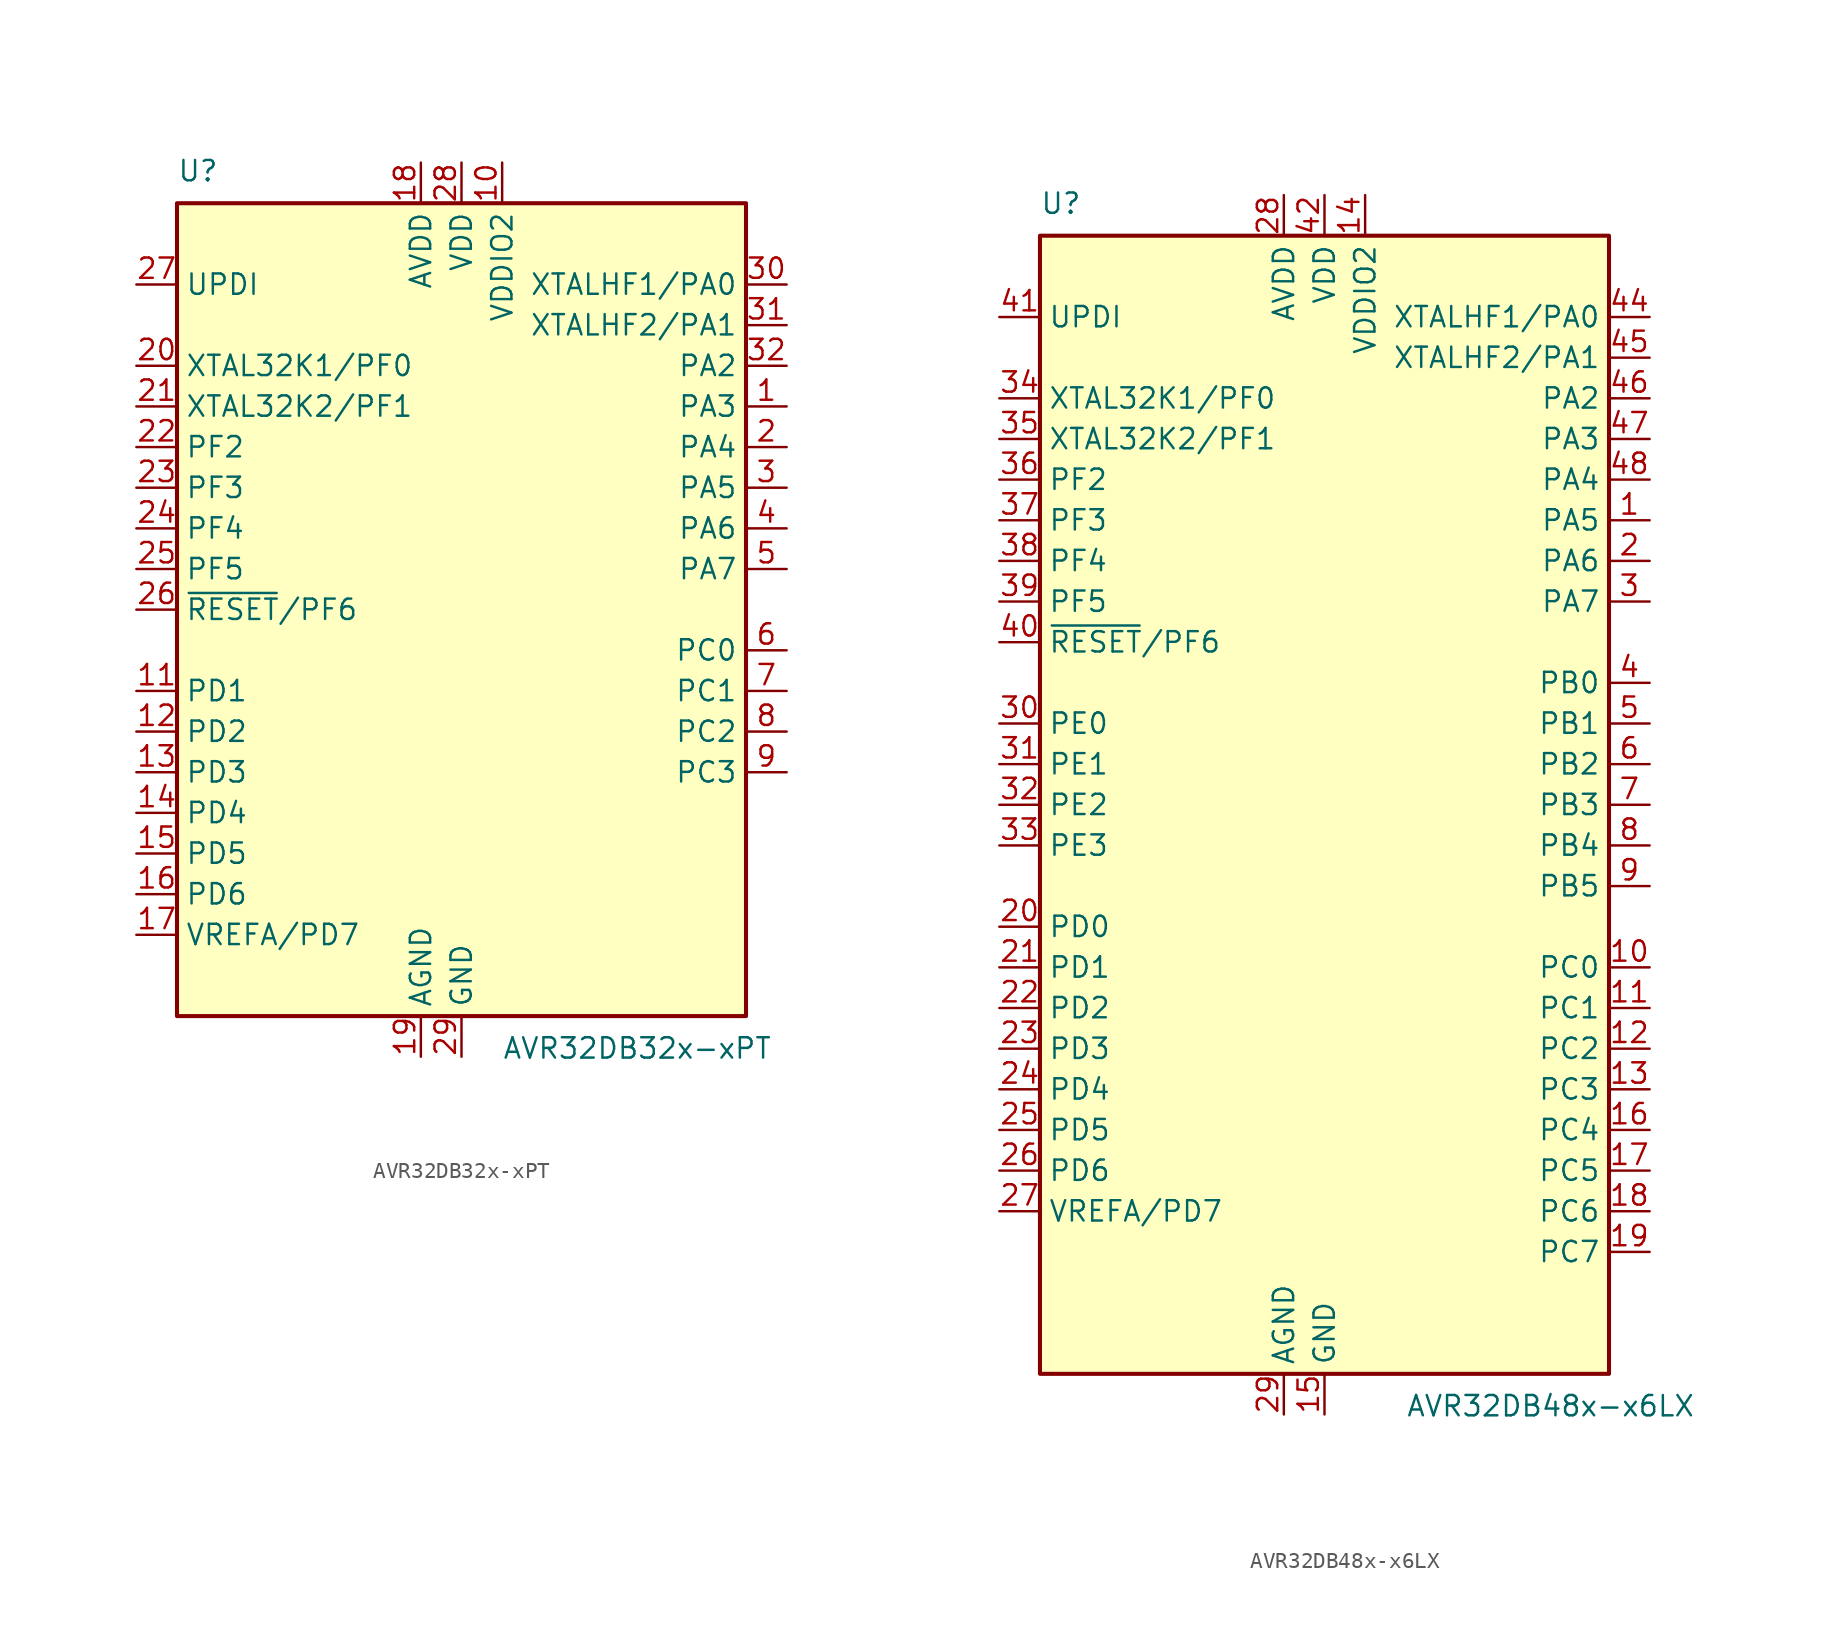
<source format=kicad_sym>
(kicad_symbol_lib
  (version 20231120)
  (generator "kicad_symbol_editor")
  (generator_version "8.0")
  (symbol "AVR32DB32x-xPT"
    (property "Reference" "U"
      (at -17.78 26.67 0)
      (effects (font (size 1.27 1.27)) (justify left bottom)))
    (property "Value" "AVR32DB32x-xPT"
      (at 2.54 -26.67 0)
      (effects (font (size 1.27 1.27)) (justify left top)))
    (symbol "AVR32DB32x-xPT_0_1"
      (rectangle (start -17.78 25.4) (end 17.78 -25.4) (stroke (width 0.254) (type default)) (fill (type background))))
    (symbol "AVR32DB32x-xPT_1_1"
      (pin bidirectional line (at 20.32 12.7 180) (length 2.54) (name "PA3" (effects (font (size 1.27 1.27)))) (number "1" (effects (font (size 1.27 1.27)))))
      (pin power_in line (at 2.54 27.94 270) (length 2.54) (name "VDDIO2" (effects (font (size 1.27 1.27)))) (number "10" (effects (font (size 1.27 1.27)))))
      (pin bidirectional line (at -20.32 -5.08 0) (length 2.54) (name "PD1" (effects (font (size 1.27 1.27)))) (number "11" (effects (font (size 1.27 1.27)))))
      (pin bidirectional line (at -20.32 -7.62 0) (length 2.54) (name "PD2" (effects (font (size 1.27 1.27)))) (number "12" (effects (font (size 1.27 1.27)))))
      (pin bidirectional line (at -20.32 -10.16 0) (length 2.54) (name "PD3" (effects (font (size 1.27 1.27)))) (number "13" (effects (font (size 1.27 1.27)))))
      (pin bidirectional line (at -20.32 -12.7 0) (length 2.54) (name "PD4" (effects (font (size 1.27 1.27)))) (number "14" (effects (font (size 1.27 1.27)))))
      (pin bidirectional line (at -20.32 -15.24 0) (length 2.54) (name "PD5" (effects (font (size 1.27 1.27)))) (number "15" (effects (font (size 1.27 1.27)))))
      (pin bidirectional line (at -20.32 -17.78 0) (length 2.54) (name "PD6" (effects (font (size 1.27 1.27)))) (number "16" (effects (font (size 1.27 1.27)))))
      (pin bidirectional line (at -20.32 -20.32 0) (length 2.54) (name "VREFA/PD7" (effects (font (size 1.27 1.27)))) (number "17" (effects (font (size 1.27 1.27)))))
      (pin power_in line (at -2.54 27.94 270) (length 2.54) (name "AVDD" (effects (font (size 1.27 1.27)))) (number "18" (effects (font (size 1.27 1.27)))))
      (pin power_in line (at -2.54 -27.94 90) (length 2.54) (name "AGND" (effects (font (size 1.27 1.27)))) (number "19" (effects (font (size 1.27 1.27)))))
      (pin bidirectional line (at 20.32 10.16 180) (length 2.54) (name "PA4" (effects (font (size 1.27 1.27)))) (number "2" (effects (font (size 1.27 1.27)))))
      (pin bidirectional line (at -20.32 15.24 0) (length 2.54) (name "XTAL32K1/PF0" (effects (font (size 1.27 1.27)))) (number "20" (effects (font (size 1.27 1.27)))))
      (pin bidirectional line (at -20.32 12.7 0) (length 2.54) (name "XTAL32K2/PF1" (effects (font (size 1.27 1.27)))) (number "21" (effects (font (size 1.27 1.27)))))
      (pin bidirectional line (at -20.32 10.16 0) (length 2.54) (name "PF2" (effects (font (size 1.27 1.27)))) (number "22" (effects (font (size 1.27 1.27)))))
      (pin bidirectional line (at -20.32 7.62 0) (length 2.54) (name "PF3" (effects (font (size 1.27 1.27)))) (number "23" (effects (font (size 1.27 1.27)))))
      (pin bidirectional line (at -20.32 5.08 0) (length 2.54) (name "PF4" (effects (font (size 1.27 1.27)))) (number "24" (effects (font (size 1.27 1.27)))))
      (pin bidirectional line (at -20.32 2.54 0) (length 2.54) (name "PF5" (effects (font (size 1.27 1.27)))) (number "25" (effects (font (size 1.27 1.27)))))
      (pin input line (at -20.32 0 0) (length 2.54) (name "~{RESET}/PF6" (effects (font (size 1.27 1.27)))) (number "26" (effects (font (size 1.27 1.27)))))
      (pin input line (at -20.32 20.32 0) (length 2.54) (name "UPDI" (effects (font (size 1.27 1.27)))) (number "27" (effects (font (size 1.27 1.27)))))
      (pin power_in line (at 0 27.94 270) (length 2.54) (name "VDD" (effects (font (size 1.27 1.27)))) (number "28" (effects (font (size 1.27 1.27)))))
      (pin power_in line (at 0 -27.94 90) (length 2.54) (name "GND" (effects (font (size 1.27 1.27)))) (number "29" (effects (font (size 1.27 1.27)))))
      (pin bidirectional line (at 20.32 7.62 180) (length 2.54) (name "PA5" (effects (font (size 1.27 1.27)))) (number "3" (effects (font (size 1.27 1.27)))))
      (pin bidirectional line (at 20.32 20.32 180) (length 2.54) (name "XTALHF1/PA0" (effects (font (size 1.27 1.27)))) (number "30" (effects (font (size 1.27 1.27)))))
      (pin bidirectional line (at 20.32 17.78 180) (length 2.54) (name "XTALHF2/PA1" (effects (font (size 1.27 1.27)))) (number "31" (effects (font (size 1.27 1.27)))))
      (pin bidirectional line (at 20.32 15.24 180) (length 2.54) (name "PA2" (effects (font (size 1.27 1.27)))) (number "32" (effects (font (size 1.27 1.27)))))
      (pin bidirectional line (at 20.32 5.08 180) (length 2.54) (name "PA6" (effects (font (size 1.27 1.27)))) (number "4" (effects (font (size 1.27 1.27)))))
      (pin bidirectional line (at 20.32 2.54 180) (length 2.54) (name "PA7" (effects (font (size 1.27 1.27)))) (number "5" (effects (font (size 1.27 1.27)))))
      (pin bidirectional line (at 20.32 -2.54 180) (length 2.54) (name "PC0" (effects (font (size 1.27 1.27)))) (number "6" (effects (font (size 1.27 1.27)))))
      (pin bidirectional line (at 20.32 -5.08 180) (length 2.54) (name "PC1" (effects (font (size 1.27 1.27)))) (number "7" (effects (font (size 1.27 1.27)))))
      (pin bidirectional line (at 20.32 -7.62 180) (length 2.54) (name "PC2" (effects (font (size 1.27 1.27)))) (number "8" (effects (font (size 1.27 1.27)))))
      (pin bidirectional line (at 20.32 -10.16 180) (length 2.54) (name "PC3" (effects (font (size 1.27 1.27)))) (number "9" (effects (font (size 1.27 1.27)))))))
  (symbol "AVR32DB48x-x6LX"
    (property "Reference" "U"
      (at -17.78 36.83 0)
      (effects (font (size 1.27 1.27)) (justify left bottom)))
    (property "Value" "AVR32DB48x-x6LX"
      (at 5.08 -36.83 0)
      (effects (font (size 1.27 1.27)) (justify left top)))
    (symbol "AVR32DB48x-x6LX_0_1"
      (rectangle (start -17.78 35.56) (end 17.78 -35.56) (stroke (width 0.254) (type default)) (fill (type background))))
    (symbol "AVR32DB48x-x6LX_1_1"
      (pin bidirectional line (at 20.32 17.78 180) (length 2.54) (name "PA5" (effects (font (size 1.27 1.27)))) (number "1" (effects (font (size 1.27 1.27)))))
      (pin bidirectional line (at 20.32 -10.16 180) (length 2.54) (name "PC0" (effects (font (size 1.27 1.27)))) (number "10" (effects (font (size 1.27 1.27)))))
      (pin bidirectional line (at 20.32 -12.7 180) (length 2.54) (name "PC1" (effects (font (size 1.27 1.27)))) (number "11" (effects (font (size 1.27 1.27)))))
      (pin bidirectional line (at 20.32 -15.24 180) (length 2.54) (name "PC2" (effects (font (size 1.27 1.27)))) (number "12" (effects (font (size 1.27 1.27)))))
      (pin bidirectional line (at 20.32 -17.78 180) (length 2.54) (name "PC3" (effects (font (size 1.27 1.27)))) (number "13" (effects (font (size 1.27 1.27)))))
      (pin power_in line (at 2.54 38.1 270) (length 2.54) (name "VDDIO2" (effects (font (size 1.27 1.27)))) (number "14" (effects (font (size 1.27 1.27)))))
      (pin power_in line (at 0 -38.1 90) (length 2.54) (name "GND" (effects (font (size 1.27 1.27)))) (number "15" (effects (font (size 1.27 1.27)))))
      (pin bidirectional line (at 20.32 -20.32 180) (length 2.54) (name "PC4" (effects (font (size 1.27 1.27)))) (number "16" (effects (font (size 1.27 1.27)))))
      (pin bidirectional line (at 20.32 -22.86 180) (length 2.54) (name "PC5" (effects (font (size 1.27 1.27)))) (number "17" (effects (font (size 1.27 1.27)))))
      (pin bidirectional line (at 20.32 -25.4 180) (length 2.54) (name "PC6" (effects (font (size 1.27 1.27)))) (number "18" (effects (font (size 1.27 1.27)))))
      (pin bidirectional line (at 20.32 -27.94 180) (length 2.54) (name "PC7" (effects (font (size 1.27 1.27)))) (number "19" (effects (font (size 1.27 1.27)))))
      (pin bidirectional line (at 20.32 15.24 180) (length 2.54) (name "PA6" (effects (font (size 1.27 1.27)))) (number "2" (effects (font (size 1.27 1.27)))))
      (pin bidirectional line (at -20.32 -7.62 0) (length 2.54) (name "PD0" (effects (font (size 1.27 1.27)))) (number "20" (effects (font (size 1.27 1.27)))))
      (pin bidirectional line (at -20.32 -10.16 0) (length 2.54) (name "PD1" (effects (font (size 1.27 1.27)))) (number "21" (effects (font (size 1.27 1.27)))))
      (pin bidirectional line (at -20.32 -12.7 0) (length 2.54) (name "PD2" (effects (font (size 1.27 1.27)))) (number "22" (effects (font (size 1.27 1.27)))))
      (pin bidirectional line (at -20.32 -15.24 0) (length 2.54) (name "PD3" (effects (font (size 1.27 1.27)))) (number "23" (effects (font (size 1.27 1.27)))))
      (pin bidirectional line (at -20.32 -17.78 0) (length 2.54) (name "PD4" (effects (font (size 1.27 1.27)))) (number "24" (effects (font (size 1.27 1.27)))))
      (pin bidirectional line (at -20.32 -20.32 0) (length 2.54) (name "PD5" (effects (font (size 1.27 1.27)))) (number "25" (effects (font (size 1.27 1.27)))))
      (pin bidirectional line (at -20.32 -22.86 0) (length 2.54) (name "PD6" (effects (font (size 1.27 1.27)))) (number "26" (effects (font (size 1.27 1.27)))))
      (pin bidirectional line (at -20.32 -25.4 0) (length 2.54) (name "VREFA/PD7" (effects (font (size 1.27 1.27)))) (number "27" (effects (font (size 1.27 1.27)))))
      (pin power_in line (at -2.54 38.1 270) (length 2.54) (name "AVDD" (effects (font (size 1.27 1.27)))) (number "28" (effects (font (size 1.27 1.27)))))
      (pin power_in line (at -2.54 -38.1 90) (length 2.54) (name "AGND" (effects (font (size 1.27 1.27)))) (number "29" (effects (font (size 1.27 1.27)))))
      (pin bidirectional line (at 20.32 12.7 180) (length 2.54) (name "PA7" (effects (font (size 1.27 1.27)))) (number "3" (effects (font (size 1.27 1.27)))))
      (pin bidirectional line (at -20.32 5.08 0) (length 2.54) (name "PE0" (effects (font (size 1.27 1.27)))) (number "30" (effects (font (size 1.27 1.27)))))
      (pin bidirectional line (at -20.32 2.54 0) (length 2.54) (name "PE1" (effects (font (size 1.27 1.27)))) (number "31" (effects (font (size 1.27 1.27)))))
      (pin bidirectional line (at -20.32 0 0) (length 2.54) (name "PE2" (effects (font (size 1.27 1.27)))) (number "32" (effects (font (size 1.27 1.27)))))
      (pin bidirectional line (at -20.32 -2.54 0) (length 2.54) (name "PE3" (effects (font (size 1.27 1.27)))) (number "33" (effects (font (size 1.27 1.27)))))
      (pin bidirectional line (at -20.32 25.4 0) (length 2.54) (name "XTAL32K1/PF0" (effects (font (size 1.27 1.27)))) (number "34" (effects (font (size 1.27 1.27)))))
      (pin bidirectional line (at -20.32 22.86 0) (length 2.54) (name "XTAL32K2/PF1" (effects (font (size 1.27 1.27)))) (number "35" (effects (font (size 1.27 1.27)))))
      (pin bidirectional line (at -20.32 20.32 0) (length 2.54) (name "PF2" (effects (font (size 1.27 1.27)))) (number "36" (effects (font (size 1.27 1.27)))))
      (pin bidirectional line (at -20.32 17.78 0) (length 2.54) (name "PF3" (effects (font (size 1.27 1.27)))) (number "37" (effects (font (size 1.27 1.27)))))
      (pin bidirectional line (at -20.32 15.24 0) (length 2.54) (name "PF4" (effects (font (size 1.27 1.27)))) (number "38" (effects (font (size 1.27 1.27)))))
      (pin bidirectional line (at -20.32 12.7 0) (length 2.54) (name "PF5" (effects (font (size 1.27 1.27)))) (number "39" (effects (font (size 1.27 1.27)))))
      (pin bidirectional line (at 20.32 7.62 180) (length 2.54) (name "PB0" (effects (font (size 1.27 1.27)))) (number "4" (effects (font (size 1.27 1.27)))))
      (pin bidirectional line (at -20.32 10.16 0) (length 2.54) (name "~{RESET}/PF6" (effects (font (size 1.27 1.27)))) (number "40" (effects (font (size 1.27 1.27)))))
      (pin input line (at -20.32 30.48 0) (length 2.54) (name "UPDI" (effects (font (size 1.27 1.27)))) (number "41" (effects (font (size 1.27 1.27)))))
      (pin power_in line (at 0 38.1 270) (length 2.54) (name "VDD" (effects (font (size 1.27 1.27)))) (number "42" (effects (font (size 1.27 1.27)))))
      (pin passive line (at 0 -38.1 90) (length 2.54) hide (name "GND" (effects (font (size 1.27 1.27)))) (number "43" (effects (font (size 1.27 1.27)))))
      (pin bidirectional line (at 20.32 30.48 180) (length 2.54) (name "XTALHF1/PA0" (effects (font (size 1.27 1.27)))) (number "44" (effects (font (size 1.27 1.27)))))
      (pin bidirectional line (at 20.32 27.94 180) (length 2.54) (name "XTALHF2/PA1" (effects (font (size 1.27 1.27)))) (number "45" (effects (font (size 1.27 1.27)))))
      (pin bidirectional line (at 20.32 25.4 180) (length 2.54) (name "PA2" (effects (font (size 1.27 1.27)))) (number "46" (effects (font (size 1.27 1.27)))))
      (pin bidirectional line (at 20.32 22.86 180) (length 2.54) (name "PA3" (effects (font (size 1.27 1.27)))) (number "47" (effects (font (size 1.27 1.27)))))
      (pin bidirectional line (at 20.32 20.32 180) (length 2.54) (name "PA4" (effects (font (size 1.27 1.27)))) (number "48" (effects (font (size 1.27 1.27)))))
      (pin passive line (at 0 -38.1 90) (length 2.54) hide (name "GND" (effects (font (size 1.27 1.27)))) (number "49" (effects (font (size 1.27 1.27)))))
      (pin bidirectional line (at 20.32 5.08 180) (length 2.54) (name "PB1" (effects (font (size 1.27 1.27)))) (number "5" (effects (font (size 1.27 1.27)))))
      (pin bidirectional line (at 20.32 2.54 180) (length 2.54) (name "PB2" (effects (font (size 1.27 1.27)))) (number "6" (effects (font (size 1.27 1.27)))))
      (pin bidirectional line (at 20.32 0 180) (length 2.54) (name "PB3" (effects (font (size 1.27 1.27)))) (number "7" (effects (font (size 1.27 1.27)))))
      (pin bidirectional line (at 20.32 -2.54 180) (length 2.54) (name "PB4" (effects (font (size 1.27 1.27)))) (number "8" (effects (font (size 1.27 1.27)))))
      (pin bidirectional line (at 20.32 -5.08 180) (length 2.54) (name "PB5" (effects (font (size 1.27 1.27)))) (number "9" (effects (font (size 1.27 1.27))))))))
</source>
